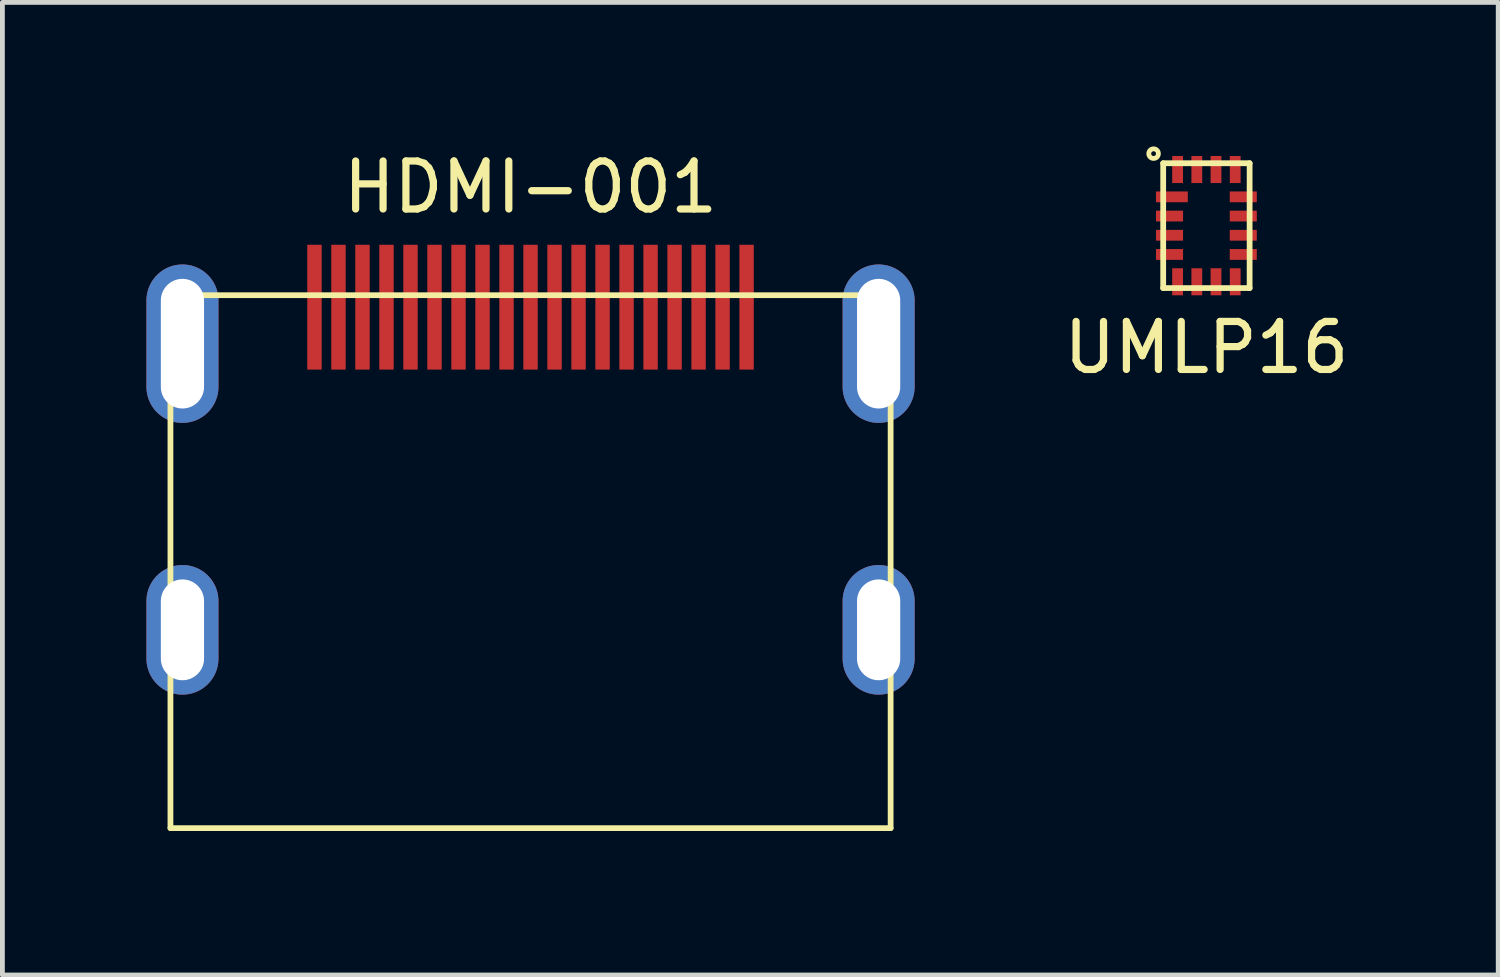
<source format=kicad_pcb>
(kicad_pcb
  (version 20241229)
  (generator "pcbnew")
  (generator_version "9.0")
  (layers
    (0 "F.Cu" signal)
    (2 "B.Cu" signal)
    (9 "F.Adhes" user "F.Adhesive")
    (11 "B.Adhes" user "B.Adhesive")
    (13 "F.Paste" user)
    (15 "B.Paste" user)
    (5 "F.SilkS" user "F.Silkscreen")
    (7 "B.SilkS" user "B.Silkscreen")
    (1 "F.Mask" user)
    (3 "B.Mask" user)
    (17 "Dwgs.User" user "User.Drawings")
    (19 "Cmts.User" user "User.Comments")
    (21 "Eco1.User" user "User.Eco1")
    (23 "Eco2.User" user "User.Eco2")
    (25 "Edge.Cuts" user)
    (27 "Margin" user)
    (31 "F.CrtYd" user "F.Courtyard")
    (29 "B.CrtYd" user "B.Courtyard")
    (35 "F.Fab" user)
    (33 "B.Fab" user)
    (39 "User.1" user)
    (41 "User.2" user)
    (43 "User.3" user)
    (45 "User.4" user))
  (footprint "UMLP16"
    (layer "F.Cu")
    (at 22.077 1.65)
    (property "Reference" "UMLP16" (at 0 2.54 0) (layer "F.SilkS") (effects (font (size 1 1) (thickness 0.15))))
    (attr through_hole)
    (fp_line (start -0.9 -1.3) (end -0.9 1.3) (stroke (width 0.12) (type solid)) (layer "F.SilkS"))
    (fp_line (start -0.9 -1.3) (end 0.9 -1.3) (stroke (width 0.12) (type solid)) (layer "F.SilkS"))
    (fp_line (start -0.9 1.3) (end 0.9 1.3) (stroke (width 0.12) (type solid)) (layer "F.SilkS"))
    (fp_line (start 0.9 -1.3) (end 0.9 1.3) (stroke (width 0.12) (type solid)) (layer "F.SilkS"))
    (fp_circle (center -1.1 -1.5) (end -1 -1.5) (stroke (width 0.1) (type solid)) (fill no) (layer "F.SilkS"))
    (pad "1" smd rect (at -0.719 -0.6) (size 0.663 0.225) (layers "F.Cu" "F.Mask" "F.Paste"))
    (pad "2" smd rect (at -0.768 -0.2) (size 0.563 0.225) (layers "F.Cu" "F.Mask" "F.Paste"))
    (pad "3" smd rect (at -0.768 0.2) (size 0.563 0.225) (layers "F.Cu" "F.Mask" "F.Paste"))
    (pad "4" smd rect (at -0.768 0.6) (size 0.563 0.225) (layers "F.Cu" "F.Mask" "F.Paste"))
    (pad "5" smd rect (at -0.6 1.169) (size 0.225 0.563) (layers "F.Cu" "F.Mask" "F.Paste"))
    (pad "6" smd rect (at -0.2 1.169) (size 0.225 0.563) (layers "F.Cu" "F.Mask" "F.Paste"))
    (pad "7" smd rect (at 0.2 1.169) (size 0.225 0.563) (layers "F.Cu" "F.Mask" "F.Paste"))
    (pad "8" smd rect (at 0.6 1.169) (size 0.225 0.563) (layers "F.Cu" "F.Mask" "F.Paste"))
    (pad "9" smd rect (at 0.768 0.6) (size 0.563 0.225) (layers "F.Cu" "F.Mask" "F.Paste"))
    (pad "10" smd rect (at 0.768 0.2) (size 0.563 0.225) (layers "F.Cu" "F.Mask" "F.Paste"))
    (pad "11" smd rect (at 0.768 -0.2) (size 0.563 0.225) (layers "F.Cu" "F.Mask" "F.Paste"))
    (pad "12" smd rect (at 0.768 -0.6) (size 0.563 0.225) (layers "F.Cu" "F.Mask" "F.Paste"))
    (pad "13" smd rect (at 0.6 -1.169) (size 0.225 0.563) (layers "F.Cu" "F.Mask" "F.Paste"))
    (pad "14" smd rect (at 0.2 -1.169) (size 0.225 0.563) (layers "F.Cu" "F.Mask" "F.Paste"))
    (pad "15" smd rect (at -0.2 -1.169) (size 0.225 0.563) (layers "F.Cu" "F.Mask" "F.Paste"))
    (pad "16" smd rect (at -0.6 -1.169) (size 0.225 0.563) (layers "F.Cu" "F.Mask" "F.Paste")))
  (footprint "HDMI-001"
    (layer "F.Cu")
    (at 8 3.348)
    (property "Reference" "HDMI-001" (at 0 -2.5 0) (layer "F.SilkS") (effects (font (size 1 1) (thickness 0.15))))
    (attr through_hole)
    (fp_line (start -7.5 -0.25) (end 7.5 -0.25) (stroke (width 0.12) (type solid)) (layer "F.SilkS"))
    (fp_line (start -7.5 10.85) (end -7.5 -0.25) (stroke (width 0.12) (type solid)) (layer "F.SilkS"))
    (fp_line (start 7.5 -0.25) (end 7.5 10.85) (stroke (width 0.12) (type solid)) (layer "F.SilkS"))
    (fp_line (start 7.5 10.85) (end -7.5 10.85) (stroke (width 0.12) (type solid)) (layer "F.SilkS"))
    (pad "1" smd rect (at 4.5 0) (size 0.3 2.6) (layers "F.Cu" "F.Mask" "F.Paste"))
    (pad "2" smd rect (at 4 0) (size 0.3 2.6) (layers "F.Cu" "F.Mask" "F.Paste"))
    (pad "3" smd rect (at 3.5 0) (size 0.3 2.6) (layers "F.Cu" "F.Mask" "F.Paste"))
    (pad "4" smd rect (at 3 0) (size 0.3 2.6) (layers "F.Cu" "F.Mask" "F.Paste"))
    (pad "5" smd rect (at 2.5 0) (size 0.3 2.6) (layers "F.Cu" "F.Mask" "F.Paste"))
    (pad "6" smd rect (at 2 0) (size 0.3 2.6) (layers "F.Cu" "F.Mask" "F.Paste"))
    (pad "7" smd rect (at 1.5 0) (size 0.3 2.6) (layers "F.Cu" "F.Mask" "F.Paste"))
    (pad "8" smd rect (at 1 0) (size 0.3 2.6) (layers "F.Cu" "F.Mask" "F.Paste"))
    (pad "9" smd rect (at 0.5 0) (size 0.3 2.6) (layers "F.Cu" "F.Mask" "F.Paste"))
    (pad "10" smd rect (at 0 0) (size 0.3 2.6) (layers "F.Cu" "F.Mask" "F.Paste"))
    (pad "11" smd rect (at -0.5 0) (size 0.3 2.6) (layers "F.Cu" "F.Mask" "F.Paste"))
    (pad "12" smd rect (at -1 0) (size 0.3 2.6) (layers "F.Cu" "F.Mask" "F.Paste"))
    (pad "13" smd rect (at -1.5 0) (size 0.3 2.6) (layers "F.Cu" "F.Mask" "F.Paste"))
    (pad "14" smd rect (at -2 0) (size 0.3 2.6) (layers "F.Cu" "F.Mask" "F.Paste"))
    (pad "15" smd rect (at -2.5 0) (size 0.3 2.6) (layers "F.Cu" "F.Mask" "F.Paste"))
    (pad "16" smd rect (at -3 0) (size 0.3 2.6) (layers "F.Cu" "F.Mask" "F.Paste"))
    (pad "17" smd rect (at -3.5 0) (size 0.3 2.6) (layers "F.Cu" "F.Mask" "F.Paste"))
    (pad "18" smd rect (at -4 0) (size 0.3 2.6) (layers "F.Cu" "F.Mask" "F.Paste"))
    (pad "19" smd rect (at -4.5 0) (size 0.3 2.6) (layers "F.Cu" "F.Mask" "F.Paste"))
    (pad "SH" thru_hole oval (at -7.25 0.76) (size 1.5 3.3) (drill oval 0.9 2.7) (layers "*.Cu" "*.Mask"))
    (pad "SH" thru_hole oval (at -7.25 6.72) (size 1.5 2.7) (drill oval 0.9 2.1) (layers "*.Cu" "*.Mask"))
    (pad "SH" thru_hole oval (at 7.25 0.76) (size 1.5 3.3) (drill oval 0.9 2.7) (layers "*.Cu" "*.Mask"))
    (pad "SH" thru_hole oval (at 7.25 6.72) (size 1.5 2.7) (drill oval 0.9 2.1) (layers "*.Cu" "*.Mask")))
  (gr_rect
    (start -3 -3)
    (end 28.155 17.258)
    (stroke (width 0.1) (type default))
    (fill no)
    (layer "Edge.Cuts")))
</source>
